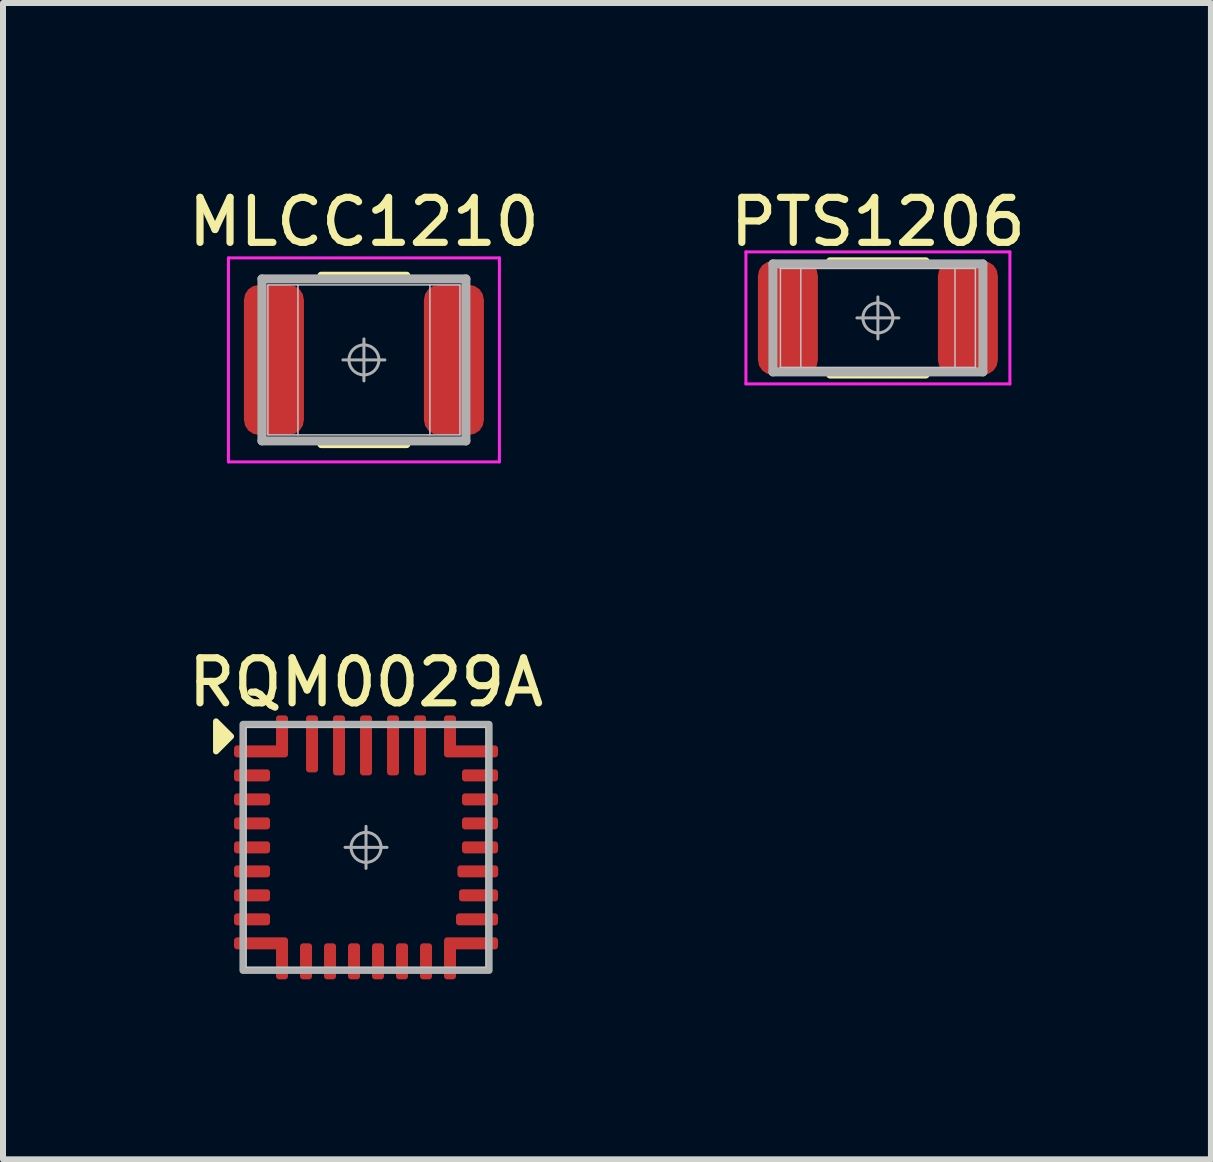
<source format=kicad_pcb>
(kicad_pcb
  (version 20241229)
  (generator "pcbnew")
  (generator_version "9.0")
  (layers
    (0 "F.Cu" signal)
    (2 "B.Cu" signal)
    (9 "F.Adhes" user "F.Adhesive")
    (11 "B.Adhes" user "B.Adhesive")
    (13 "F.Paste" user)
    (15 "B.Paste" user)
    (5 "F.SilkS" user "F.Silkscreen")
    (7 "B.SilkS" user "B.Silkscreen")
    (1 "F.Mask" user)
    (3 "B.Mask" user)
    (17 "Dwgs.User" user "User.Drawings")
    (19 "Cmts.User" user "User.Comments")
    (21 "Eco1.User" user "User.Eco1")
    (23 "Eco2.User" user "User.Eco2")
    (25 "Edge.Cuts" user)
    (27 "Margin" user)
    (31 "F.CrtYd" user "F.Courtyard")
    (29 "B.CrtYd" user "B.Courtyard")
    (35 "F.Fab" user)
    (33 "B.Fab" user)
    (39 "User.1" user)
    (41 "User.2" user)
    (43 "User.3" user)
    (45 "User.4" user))
  (footprint "PTS1206"
    (layer "F.Cu")
    (at 11.583 2.249)
    (property "Reference" "PTS1206" (at 0 -1.6 0) (layer "F.SilkS") (effects (font (size 0.75 0.75) (thickness 0.12))))
    (attr smd)
    (fp_line (start -0.8 -0.95) (end 0.8 -0.95) (stroke (width 0.12) (type solid)) (layer "F.SilkS"))
    (fp_line (start -0.8 0.95) (end 0.8 0.95) (stroke (width 0.12) (type solid)) (layer "F.SilkS"))
    (fp_line (start -1.625 -0.825) (end 1.625 -0.825) (stroke (width 0.025) (type solid)) (layer "Dwgs.User"))
    (fp_line (start -1.625 0.825) (end -1.625 -0.825) (stroke (width 0.025) (type solid)) (layer "Dwgs.User"))
    (fp_line (start -1.285 -0.825) (end -1.285 0.825) (stroke (width 0.025) (type solid)) (layer "Dwgs.User"))
    (fp_line (start 1.285 -0.825) (end 1.285 0.825) (stroke (width 0.025) (type solid)) (layer "Dwgs.User"))
    (fp_line (start 1.625 -0.825) (end 1.625 0.825) (stroke (width 0.025) (type solid)) (layer "Dwgs.User"))
    (fp_line (start 1.625 0.825) (end -1.625 0.825) (stroke (width 0.025) (type solid)) (layer "Dwgs.User"))
    (fp_line (start -2.2 -1.1) (end 2.2 -1.1) (stroke (width 0.05) (type solid)) (layer "F.CrtYd"))
    (fp_line (start -2.2 1.1) (end -2.2 -1.1) (stroke (width 0.05) (type solid)) (layer "F.CrtYd"))
    (fp_line (start 2.2 -1.1) (end 2.2 1.1) (stroke (width 0.05) (type solid)) (layer "F.CrtYd"))
    (fp_line (start 2.2 1.1) (end -2.2 1.1) (stroke (width 0.05) (type solid)) (layer "F.CrtYd"))
    (fp_line (start -1.75 -0.9) (end 1.75 -0.9) (stroke (width 0.15) (type solid)) (layer "F.Fab"))
    (fp_line (start -1.75 0.9) (end -1.75 -0.9) (stroke (width 0.15) (type solid)) (layer "F.Fab"))
    (fp_line (start 0 -0.35) (end 0 0.35) (stroke (width 0.05) (type solid)) (layer "F.Fab"))
    (fp_line (start 0.35 0) (end -0.35 0) (stroke (width 0.05) (type solid)) (layer "F.Fab"))
    (fp_line (start 1.75 -0.9) (end 1.75 0.9) (stroke (width 0.15) (type solid)) (layer "F.Fab"))
    (fp_line (start 1.75 0.9) (end -1.75 0.9) (stroke (width 0.15) (type solid)) (layer "F.Fab"))
    (fp_circle (center 0 0) (end 0.25 0) (stroke (width 0.05) (type solid)) (fill no) (layer "F.Fab"))
    (pad "1" smd roundrect (at -1.5 0) (size 1 1.9) (layers "F.Cu" "F.Mask" "F.Paste") (roundrect_rratio 0.25))
    (pad "2" smd roundrect (at 1.5 0) (size 1 1.9) (layers "F.Cu" "F.Mask" "F.Paste") (roundrect_rratio 0.25)))
  (footprint "RQM0029A"
    (layer "F.Cu")
    (at 3.051 11.074)
    (property "Reference" "RQM0029A" (at 0 -2.75 0) (unlocked yes) (layer "F.SilkS") (effects (font (size 0.75 0.75) (thickness 0.12))))
    (attr smd)
    (fp_poly (pts (xy -2.25 -1.85) (xy -2.5 -1.6) (xy -2.5 -2.1)) (stroke (width 0.1) (type solid)) (fill yes) (layer "F.SilkS"))
    (fp_rect (start -2 -2) (end 2 2) (stroke (width 0.025) (type default)) (fill no) (layer "Dwgs.User"))
    (fp_line (start -0.35 0) (end 0.35 0) (stroke (width 0.05) (type solid)) (layer "F.Fab"))
    (fp_line (start 0 -0.35) (end 0 0.35) (stroke (width 0.05) (type solid)) (layer "F.Fab"))
    (fp_rect (start -2.05 -2.05) (end 2.05 2.05) (stroke (width 0.12) (type default)) (fill no) (layer "F.Fab"))
    (fp_circle (center 0 0) (end 0.25 0) (stroke (width 0.05) (type solid)) (fill no) (layer "F.Fab"))
    (pad "1" smd custom (at -1.75 -1.6) (size 0.2 0.2) (layers "F.Cu" "F.Mask" "F.Paste") (options (anchor circle)) (primitives (gr_poly (pts (xy -0.45 0.05) (xy -0.446 0.069) (xy -0.435 0.085) (xy -0.419 0.096) (xy -0.4 0.1) (xy 0.4 0.1) (xy 0.419 0.096) (xy 0.435 0.085) (xy 0.446 0.069) (xy 0.45 0.05) (xy 0.45 -0.05) (xy 0.446 -0.069) (xy 0.435 -0.085) (xy 0.419 -0.096) (xy 0.4 -0.1) (xy -0.4 -0.1) (xy -0.419 -0.096) (xy -0.435 -0.085) (xy -0.446 -0.069) (xy -0.45 -0.05)) (width 0) (fill yes)) (gr_poly (pts (xy 0.3 -0.6) (xy 0.281 -0.596) (xy 0.265 -0.585) (xy 0.254 -0.569) (xy 0.25 -0.55) (xy 0.25 -0.05) (xy 0.254 -0.031) (xy 0.265 -0.015) (xy 0.281 -0.004) (xy 0.3 0) (xy 0.4 0) (xy 0.419 -0.004) (xy 0.435 -0.015) (xy 0.446 -0.031) (xy 0.45 -0.05) (xy 0.45 -0.55) (xy 0.446 -0.569) (xy 0.435 -0.585) (xy 0.419 -0.596) (xy 0.4 -0.6)) (width 0) (fill yes))))
    (pad "2" smd roundrect (at -1.9 -1.2) (size 0.6 0.2) (layers "F.Cu" "F.Mask" "F.Paste") (roundrect_rratio 0.25))
    (pad "3" smd roundrect (at -1.9 -0.8) (size 0.6 0.2) (layers "F.Cu" "F.Mask" "F.Paste") (roundrect_rratio 0.25))
    (pad "4" smd roundrect (at -1.9 -0.4) (size 0.6 0.2) (layers "F.Cu" "F.Mask" "F.Paste") (roundrect_rratio 0.25))
    (pad "5" smd roundrect (at -1.9 0) (size 0.6 0.2) (layers "F.Cu" "F.Mask" "F.Paste") (roundrect_rratio 0.25))
    (pad "6" smd roundrect (at -1.9 0.4) (size 0.6 0.2) (layers "F.Cu" "F.Mask" "F.Paste") (roundrect_rratio 0.25))
    (pad "7" smd roundrect (at -1.9 0.8) (size 0.6 0.2) (layers "F.Cu" "F.Mask" "F.Paste") (roundrect_rratio 0.25))
    (pad "8" smd roundrect (at -1.9 1.2) (size 0.6 0.2) (layers "F.Cu" "F.Mask" "F.Paste") (roundrect_rratio 0.25))
    (pad "9" smd custom (at -1.75 1.6) (size 0.2 0.2) (layers "F.Cu" "F.Mask" "F.Paste") (options (anchor circle)) (primitives (gr_poly (pts (xy -0.45 -0.05) (xy -0.446 -0.069) (xy -0.435 -0.085) (xy -0.419 -0.096) (xy -0.4 -0.1) (xy 0.4 -0.1) (xy 0.419 -0.096) (xy 0.435 -0.085) (xy 0.446 -0.069) (xy 0.45 -0.05) (xy 0.45 0.05) (xy 0.446 0.069) (xy 0.435 0.085) (xy 0.419 0.096) (xy 0.4 0.1) (xy -0.4 0.1) (xy -0.419 0.096) (xy -0.435 0.085) (xy -0.446 0.069) (xy -0.45 0.05)) (width 0) (fill yes)) (gr_poly (pts (xy 0.3 0.6) (xy 0.281 0.596) (xy 0.265 0.585) (xy 0.254 0.569) (xy 0.25 0.55) (xy 0.25 0.05) (xy 0.254 0.031) (xy 0.265 0.015) (xy 0.281 0.004) (xy 0.3 0) (xy 0.4 0) (xy 0.419 0.004) (xy 0.435 0.015) (xy 0.446 0.031) (xy 0.45 0.05) (xy 0.45 0.55) (xy 0.446 0.569) (xy 0.435 0.585) (xy 0.419 0.596) (xy 0.4 0.6)) (width 0) (fill yes))))
    (pad "10" smd roundrect (at -1 1.9 90) (size 0.6 0.2) (layers "F.Cu" "F.Mask" "F.Paste") (roundrect_rratio 0.25))
    (pad "11" smd roundrect (at -0.6 1.9 90) (size 0.6 0.2) (layers "F.Cu" "F.Mask" "F.Paste") (roundrect_rratio 0.25))
    (pad "12" smd roundrect (at -0.2 1.9 90) (size 0.6 0.2) (layers "F.Cu" "F.Mask" "F.Paste") (roundrect_rratio 0.25))
    (pad "13" smd roundrect (at 0.2 1.9 90) (size 0.6 0.2) (layers "F.Cu" "F.Mask" "F.Paste") (roundrect_rratio 0.25))
    (pad "14" smd roundrect (at 0.6 1.9 90) (size 0.6 0.2) (layers "F.Cu" "F.Mask" "F.Paste") (roundrect_rratio 0.25))
    (pad "15" smd roundrect (at 1 1.9 90) (size 0.6 0.2) (layers "F.Cu" "F.Mask" "F.Paste") (roundrect_rratio 0.25))
    (pad "16" smd custom (at 1.75 1.6) (size 0.2 0.2) (layers "F.Cu" "F.Mask" "F.Paste") (options (anchor circle)) (primitives (gr_poly (pts (xy 0.45 -0.05) (xy 0.446 -0.069) (xy 0.435 -0.085) (xy 0.419 -0.096) (xy 0.4 -0.1) (xy -0.4 -0.1) (xy -0.419 -0.096) (xy -0.435 -0.085) (xy -0.446 -0.069) (xy -0.45 -0.05) (xy -0.45 0.05) (xy -0.446 0.069) (xy -0.435 0.085) (xy -0.419 0.096) (xy -0.4 0.1) (xy 0.4 0.1) (xy 0.419 0.096) (xy 0.435 0.085) (xy 0.446 0.069) (xy 0.45 0.05)) (width 0) (fill yes)) (gr_poly (pts (xy -0.3 0.6) (xy -0.281 0.596) (xy -0.265 0.585) (xy -0.254 0.569) (xy -0.25 0.55) (xy -0.25 0.05) (xy -0.254 0.031) (xy -0.265 0.015) (xy -0.281 0.004) (xy -0.3 0) (xy -0.4 0) (xy -0.419 0.004) (xy -0.435 0.015) (xy -0.446 0.031) (xy -0.45 0.05) (xy -0.45 0.55) (xy -0.446 0.569) (xy -0.435 0.585) (xy -0.419 0.596) (xy -0.4 0.6)) (width 0) (fill yes))))
    (pad "17" smd roundrect (at 1.85 1.2 180) (size 0.7 0.2) (layers "F.Cu" "F.Mask" "F.Paste") (roundrect_rratio 0.25))
    (pad "18" smd roundrect (at 1.875 0.8 180) (size 0.65 0.2) (layers "F.Cu" "F.Mask" "F.Paste") (roundrect_rratio 0.25))
    (pad "19" smd roundrect (at 1.863 0.4 180) (size 0.68 0.2) (layers "F.Cu" "F.Mask" "F.Paste") (roundrect_rratio 0.25))
    (pad "20" smd roundrect (at 1.9 0 180) (size 0.6 0.2) (layers "F.Cu" "F.Mask" "F.Paste") (roundrect_rratio 0.25))
    (pad "21" smd roundrect (at 1.9 -0.4 180) (size 0.6 0.2) (layers "F.Cu" "F.Mask" "F.Paste") (roundrect_rratio 0.25))
    (pad "22" smd roundrect (at 1.9 -0.8 180) (size 0.6 0.2) (layers "F.Cu" "F.Mask" "F.Paste") (roundrect_rratio 0.25))
    (pad "23" smd roundrect (at 1.9 -1.2 180) (size 0.6 0.2) (layers "F.Cu" "F.Mask" "F.Paste") (roundrect_rratio 0.25))
    (pad "24" smd custom (at 1.75 -1.6) (size 0.2 0.2) (layers "F.Cu" "F.Mask" "F.Paste") (options (anchor circle)) (primitives (gr_poly (pts (xy 0.45 0.05) (xy 0.446 0.069) (xy 0.435 0.085) (xy 0.419 0.096) (xy 0.4 0.1) (xy -0.4 0.1) (xy -0.419 0.096) (xy -0.435 0.085) (xy -0.446 0.069) (xy -0.45 0.05) (xy -0.45 -0.05) (xy -0.446 -0.069) (xy -0.435 -0.085) (xy -0.419 -0.096) (xy -0.4 -0.1) (xy 0.4 -0.1) (xy 0.419 -0.096) (xy 0.435 -0.085) (xy 0.446 -0.069) (xy 0.45 -0.05)) (width 0) (fill yes)) (gr_poly (pts (xy -0.3 -0.6) (xy -0.281 -0.596) (xy -0.265 -0.585) (xy -0.254 -0.569) (xy -0.25 -0.55) (xy -0.25 -0.05) (xy -0.254 -0.031) (xy -0.265 -0.015) (xy -0.281 -0.004) (xy -0.3 0) (xy -0.4 0) (xy -0.419 -0.004) (xy -0.435 -0.015) (xy -0.446 -0.031) (xy -0.45 -0.05) (xy -0.45 -0.55) (xy -0.446 -0.569) (xy -0.435 -0.585) (xy -0.419 -0.596) (xy -0.4 -0.6)) (width 0) (fill yes))))
    (pad "25" smd roundrect (at 0.9 -1.7 270) (size 1 0.2) (layers "F.Cu" "F.Mask" "F.Paste") (roundrect_rratio 0.25))
    (pad "26" smd roundrect (at 0.45 -1.7 270) (size 1 0.2) (layers "F.Cu" "F.Mask" "F.Paste") (roundrect_rratio 0.25))
    (pad "27" smd roundrect (at 0 -1.7 270) (size 1 0.2) (layers "F.Cu" "F.Mask" "F.Paste") (roundrect_rratio 0.25))
    (pad "28" smd roundrect (at -0.45 -1.7 270) (size 1 0.2) (layers "F.Cu" "F.Mask" "F.Paste") (roundrect_rratio 0.25))
    (pad "29" smd roundrect (at -0.9 -1.725 270) (size 0.95 0.2) (layers "F.Cu" "F.Mask" "F.Paste") (roundrect_rratio 0.25)))
  (footprint "MLCC1210"
    (layer "F.Cu")
    (at 3.016 2.949)
    (property "Reference" "MLCC1210" (at 0 -2.3 0) (layer "F.SilkS") (effects (font (size 0.75 0.75) (thickness 0.12))))
    (attr smd)
    (fp_line (start -0.713 -1.41) (end 0.713 -1.41) (stroke (width 0.12) (type solid)) (layer "F.SilkS"))
    (fp_line (start -0.713 1.41) (end 0.713 1.41) (stroke (width 0.12) (type solid)) (layer "F.SilkS"))
    (fp_line (start -1.6 -1.25) (end 1.6 -1.25) (stroke (width 0.025) (type solid)) (layer "Dwgs.User"))
    (fp_line (start -1.6 1.25) (end -1.6 -1.25) (stroke (width 0.025) (type solid)) (layer "Dwgs.User"))
    (fp_line (start -1.1 -1.25) (end -1.1 1.25) (stroke (width 0.025) (type solid)) (layer "Dwgs.User"))
    (fp_line (start 1.1 1.25) (end 1.1 -1.25) (stroke (width 0.025) (type solid)) (layer "Dwgs.User"))
    (fp_line (start 1.6 -1.25) (end 1.6 1.25) (stroke (width 0.025) (type solid)) (layer "Dwgs.User"))
    (fp_line (start 1.6 1.25) (end -1.6 1.25) (stroke (width 0.025) (type solid)) (layer "Dwgs.User"))
    (fp_line (start -2.258 -1.7) (end 2.258 -1.7) (stroke (width 0.05) (type solid)) (layer "F.CrtYd"))
    (fp_line (start -2.258 1.7) (end -2.258 -1.7) (stroke (width 0.05) (type solid)) (layer "F.CrtYd"))
    (fp_line (start 2.258 -1.7) (end 2.258 1.7) (stroke (width 0.05) (type solid)) (layer "F.CrtYd"))
    (fp_line (start 2.258 1.7) (end -2.258 1.7) (stroke (width 0.05) (type solid)) (layer "F.CrtYd"))
    (fp_line (start -1.7 -1.35) (end 1.7 -1.35) (stroke (width 0.15) (type solid)) (layer "F.Fab"))
    (fp_line (start -1.7 1.35) (end -1.7 -1.35) (stroke (width 0.15) (type solid)) (layer "F.Fab"))
    (fp_line (start 0 -0.35) (end 0 0.35) (stroke (width 0.05) (type solid)) (layer "F.Fab"))
    (fp_line (start 0.35 0) (end -0.35 0) (stroke (width 0.05) (type solid)) (layer "F.Fab"))
    (fp_line (start 1.7 -1.35) (end 1.7 1.35) (stroke (width 0.15) (type solid)) (layer "F.Fab"))
    (fp_line (start 1.7 1.35) (end -1.7 1.35) (stroke (width 0.15) (type solid)) (layer "F.Fab"))
    (fp_circle (center 0 0) (end 0.25 0) (stroke (width 0.05) (type solid)) (fill no) (layer "F.Fab"))
    (pad "1" smd roundrect (at -1.5 0) (size 1 2.5) (layers "F.Cu" "F.Mask" "F.Paste") (roundrect_rratio 0.25))
    (pad "2" smd roundrect (at 1.5 0) (size 1 2.5) (layers "F.Cu" "F.Mask" "F.Paste") (roundrect_rratio 0.25)))
  (gr_rect
    (start -3 -3)
    (end 17.134 16.274)
    (stroke (width 0.1) (type default))
    (fill no)
    (layer "Edge.Cuts")))
</source>
